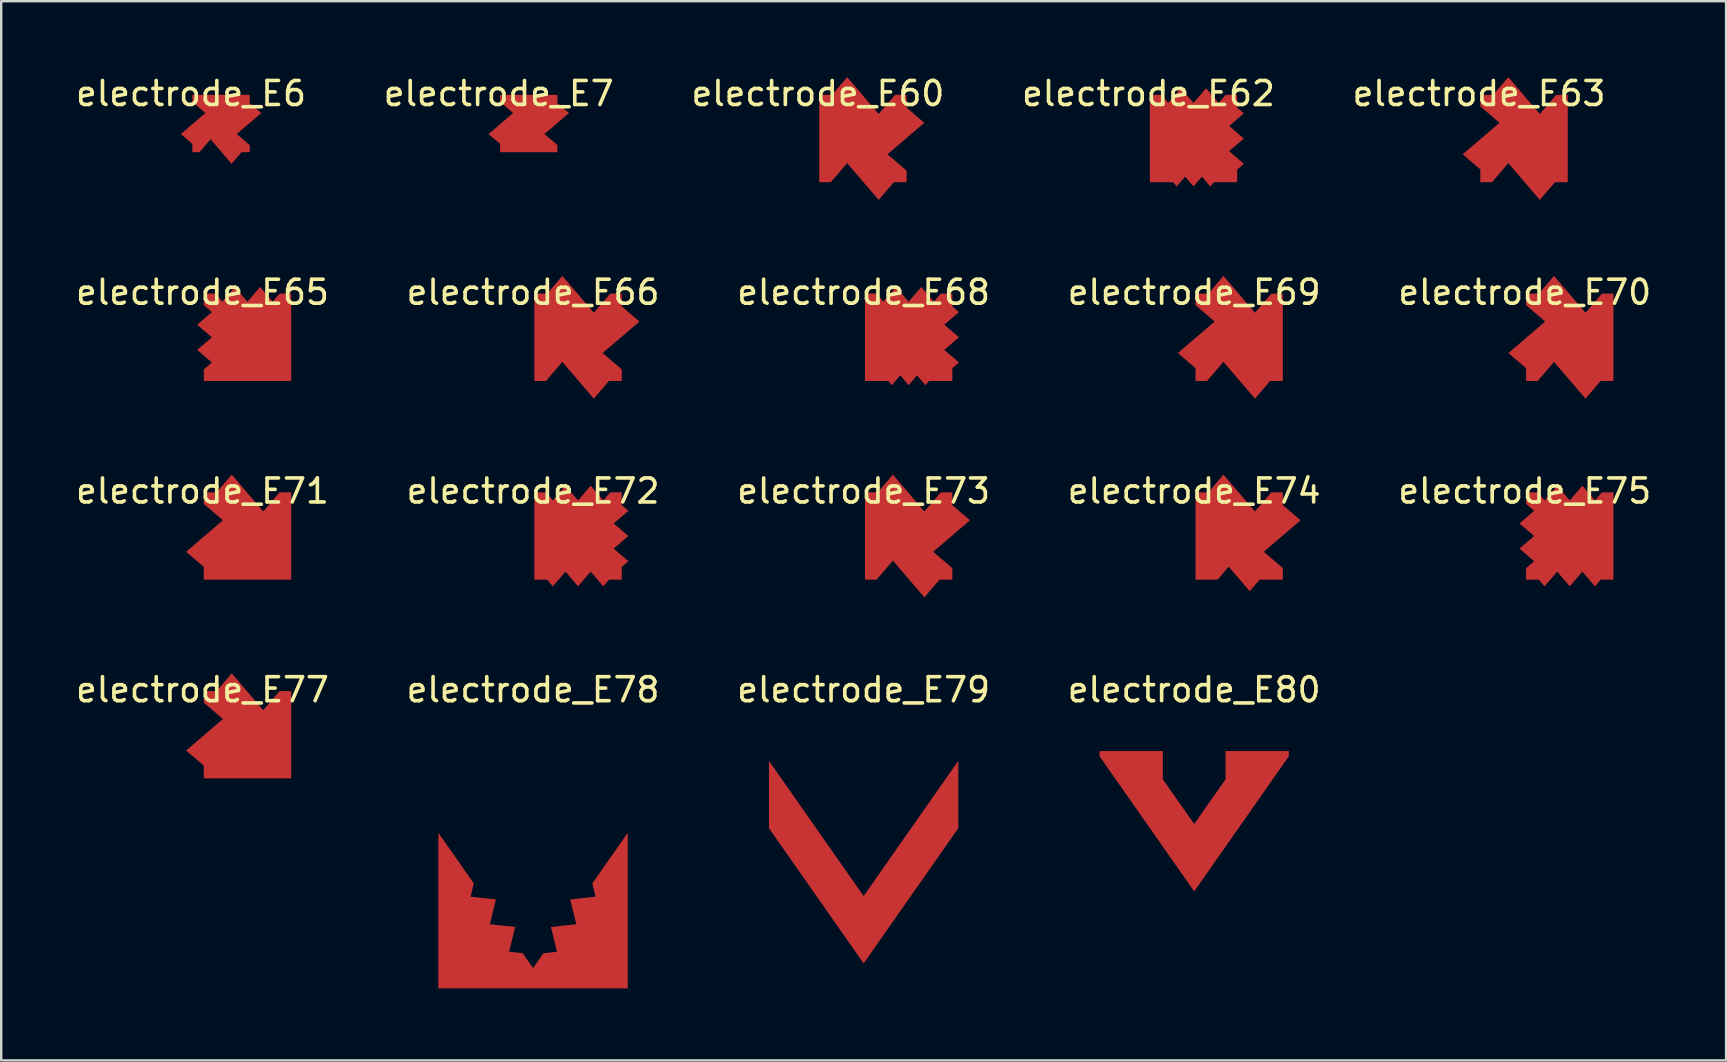
<source format=kicad_pcb>
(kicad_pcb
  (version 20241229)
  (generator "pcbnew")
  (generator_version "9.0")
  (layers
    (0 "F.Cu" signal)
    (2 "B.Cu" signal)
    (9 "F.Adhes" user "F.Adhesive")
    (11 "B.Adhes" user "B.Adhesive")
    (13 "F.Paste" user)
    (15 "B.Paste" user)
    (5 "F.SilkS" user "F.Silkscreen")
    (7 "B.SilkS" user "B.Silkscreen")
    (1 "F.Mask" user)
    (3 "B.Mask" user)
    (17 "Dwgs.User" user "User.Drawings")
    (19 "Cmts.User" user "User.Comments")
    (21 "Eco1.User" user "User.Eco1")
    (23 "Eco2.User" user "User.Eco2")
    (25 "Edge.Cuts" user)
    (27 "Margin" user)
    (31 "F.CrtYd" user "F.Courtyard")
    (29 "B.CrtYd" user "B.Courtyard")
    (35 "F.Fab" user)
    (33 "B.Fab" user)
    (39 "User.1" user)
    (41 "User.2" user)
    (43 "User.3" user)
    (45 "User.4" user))
  (footprint "electrode_E62"
    (layer "F.Cu")
    (at 44.804 0.848)
    (property "Reference" "electrode_E62" (at 0 0 0) (layer "F.SilkS") (effects (font (size 1 1) (thickness 0.15))))
    (attr through_hole)
    (pad "1" smd custom (at 1.875 1.875) (size 0.5 0.5) (layers "F.Cu" "F.Mask" "F.Paste") (options (anchor circle)) (primitives (gr_poly (pts (xy 1.05 -1.484) (xy 1.338 -1.82) (xy 1.82 -1.82) (xy 1.82 -1.287) (xy 2.097 -1.05) (xy 1.484 -0.525) (xy 2.097 0) (xy 1.484 0.525) (xy 2.097 1.05) (xy 1.82 1.287) (xy 1.82 1.82) (xy 0.85 1.82) (xy 0.7 1.995) (xy 0.35 1.586) (xy 0 1.995) (xy -0.35 1.586) (xy -0.7 1.995) (xy -0.85 1.82) (xy -1.82 1.82) (xy -1.82 -1.82) (xy -1.338 -1.82) (xy -1.05 -1.484) (xy -0.525 -2.097) (xy 0 -1.484) (xy 0.525 -2.097)) (width 0.0001) (fill yes)))))
  (footprint "electrode_E71"
    (layer "F.Cu")
    (at 5.387 17.409)
    (property "Reference" "electrode_E71" (at 0 0 0) (layer "F.SilkS") (effects (font (size 1 1) (thickness 0.15))))
    (attr through_hole)
    (pad "1" smd custom (at 1.875 1.875) (size 0.5 0.5) (layers "F.Cu" "F.Mask" "F.Paste") (options (anchor circle)) (primitives (gr_poly (pts (xy 0.656 -1.024) (xy 1.338 -1.82) (xy 1.82 -1.82) (xy 1.82 1.82) (xy -1.82 1.82) (xy -1.82 1.287) (xy -2.557 0.656) (xy -1.024 -0.656) (xy -1.82 -1.338) (xy -1.82 -1.82) (xy -1.287 -1.82) (xy -0.656 -2.557)) (width 0.0001) (fill yes)))))
  (footprint "electrode_E65"
    (layer "F.Cu")
    (at 5.387 9.129)
    (property "Reference" "electrode_E65" (at 0 0 0) (layer "F.SilkS") (effects (font (size 1 1) (thickness 0.15))))
    (attr through_hole)
    (pad "1" smd custom (at 1.875 1.875) (size 0.5 0.5) (layers "F.Cu" "F.Mask" "F.Paste") (options (anchor circle)) (primitives (gr_poly (pts (xy 1.05 -1.484) (xy 1.338 -1.82) (xy 1.82 -1.82) (xy 1.82 1.82) (xy -1.82 1.82) (xy -1.82 1.338) (xy -1.484 1.05) (xy -2.097 0.525) (xy -1.484 0) (xy -2.097 -0.525) (xy -1.484 -1.05) (xy -1.82 -1.338) (xy -1.82 -1.82) (xy -1.338 -1.82) (xy -1.05 -1.484) (xy -0.525 -2.097) (xy 0 -1.484) (xy 0.525 -2.097)) (width 0.0001) (fill yes)))))
  (footprint "electrode_E78"
    (layer "F.Cu")
    (at 19.161 25.689)
    (property "Reference" "electrode_E78" (at 0 0 0) (layer "F.SilkS") (effects (font (size 1 1) (thickness 0.15))))
    (attr through_hole)
    (pad "1" smd custom (at 3.038 9.603) (size 0.5 0.5) (layers "F.Cu" "F.Mask" "F.Paste") (options (anchor circle)) (primitives (gr_poly (pts (xy 0.907 2.842) (xy -6.983 2.842) (xy -6.983 -3.641) (xy -5.507 -1.533) (xy -5.643 -0.98) (xy -4.586 -0.865) (xy -4.84 0.167) (xy -3.783 0.282) (xy -4.037 1.314) (xy -3.471 1.375) (xy -3.038 1.993) (xy -2.606 1.375) (xy -2.04 1.314) (xy -2.294 0.282) (xy -1.237 0.167) (xy -1.491 -0.865) (xy -0.434 -0.98) (xy -0.57 -1.533) (xy 0.907 -3.641)) (width 0.0001) (fill yes)))))
  (footprint "electrode_E74"
    (layer "F.Cu")
    (at 46.708 17.409)
    (property "Reference" "electrode_E74" (at 0 0 0) (layer "F.SilkS") (effects (font (size 1 1) (thickness 0.15))))
    (attr through_hole)
    (pad "1" smd custom (at 1.875 1.875) (size 0.5 0.5) (layers "F.Cu" "F.Mask" "F.Paste") (options (anchor circle)) (primitives (gr_poly (pts (xy 0.656 -1.024) (xy 1.338 -1.82) (xy 1.82 -1.82) (xy 1.82 -1.287) (xy 2.557 -0.656) (xy 1.024 0.656) (xy 1.82 1.338) (xy 1.82 1.82) (xy 0.85 1.82) (xy 0.438 2.302) (xy -0.438 1.279) (xy -0.9 1.82) (xy -1.82 1.82) (xy -1.82 -1.82) (xy -1.287 -1.82) (xy -0.656 -2.557)) (width 0.0001) (fill yes)))))
  (footprint "electrode_E69"
    (layer "F.Cu")
    (at 46.708 9.129)
    (property "Reference" "electrode_E69" (at 0 0 0) (layer "F.SilkS") (effects (font (size 1 1) (thickness 0.15))))
    (attr through_hole)
    (pad "1" smd custom (at 1.875 1.875) (size 0.5 0.5) (layers "F.Cu" "F.Mask" "F.Paste") (options (anchor circle)) (primitives (gr_poly (pts (xy 0.656 -1.024) (xy 1.338 -1.82) (xy 1.82 -1.82) (xy 1.82 1.82) (xy 1.287 1.82) (xy 0.656 2.557) (xy -0.656 1.024) (xy -1.338 1.82) (xy -1.82 1.82) (xy -1.82 1.287) (xy -2.557 0.656) (xy -1.024 -0.656) (xy -1.82 -1.338) (xy -1.82 -1.82) (xy -1.287 -1.82) (xy -0.656 -2.557)) (width 0.0001) (fill yes)))))
  (footprint "electrode_E68"
    (layer "F.Cu")
    (at 32.935 9.129)
    (property "Reference" "electrode_E68" (at 0 0 0) (layer "F.SilkS") (effects (font (size 1 1) (thickness 0.15))))
    (attr through_hole)
    (pad "1" smd custom (at 1.875 1.875) (size 0.5 0.5) (layers "F.Cu" "F.Mask" "F.Paste") (options (anchor circle)) (primitives (gr_poly (pts (xy 1.05 -1.484) (xy 1.338 -1.82) (xy 1.82 -1.82) (xy 1.82 -1.287) (xy 2.097 -1.05) (xy 1.484 -0.525) (xy 2.097 0) (xy 1.484 0.525) (xy 2.097 1.05) (xy 1.82 1.287) (xy 1.82 1.82) (xy 0.85 1.82) (xy 0.7 1.995) (xy 0.35 1.586) (xy 0 1.995) (xy -0.35 1.586) (xy -0.7 1.995) (xy -0.85 1.82) (xy -1.82 1.82) (xy -1.82 -1.82) (xy -1.338 -1.82) (xy -1.05 -1.484) (xy -0.525 -2.097) (xy 0 -1.484) (xy 0.525 -2.097)) (width 0.0001) (fill yes)))))
  (footprint "electrode_E63"
    (layer "F.Cu")
    (at 58.577 0.848)
    (property "Reference" "electrode_E63" (at 0 0 0) (layer "F.SilkS") (effects (font (size 1 1) (thickness 0.15))))
    (attr through_hole)
    (pad "1" smd custom (at 1.875 1.875) (size 0.5 0.5) (layers "F.Cu" "F.Mask" "F.Paste") (options (anchor circle)) (primitives (gr_poly (pts (xy 0.656 -1.024) (xy 1.338 -1.82) (xy 1.82 -1.82) (xy 1.82 1.82) (xy 1.287 1.82) (xy 0.656 2.557) (xy -0.656 1.024) (xy -1.338 1.82) (xy -1.82 1.82) (xy -1.82 1.287) (xy -2.557 0.656) (xy -1.024 -0.656) (xy -1.82 -1.338) (xy -1.82 -1.82) (xy -1.287 -1.82) (xy -0.656 -2.557)) (width 0.0001) (fill yes)))))
  (footprint "electrode_E75"
    (layer "F.Cu")
    (at 60.482 17.409)
    (property "Reference" "electrode_E75" (at 0 0 0) (layer "F.SilkS") (effects (font (size 1 1) (thickness 0.15))))
    (attr through_hole)
    (pad "1" smd custom (at 1.875 1.875) (size 0.5 0.5) (layers "F.Cu" "F.Mask" "F.Paste") (options (anchor circle)) (primitives (gr_poly (pts (xy 1.05 -1.484) (xy 1.338 -1.82) (xy 1.82 -1.82) (xy 1.82 1.82) (xy 1.287 1.82) (xy 1.05 2.097) (xy 0.525 1.484) (xy 0 2.097) (xy -0.525 1.484) (xy -1.05 2.097) (xy -1.287 1.82) (xy -1.82 1.82) (xy -1.82 1.338) (xy -1.484 1.05) (xy -2.097 0.525) (xy -1.484 0) (xy -2.097 -0.525) (xy -1.484 -1.05) (xy -1.82 -1.338) (xy -1.82 -1.82) (xy -1.338 -1.82) (xy -1.05 -1.484) (xy -0.525 -2.097) (xy 0 -1.484) (xy 0.525 -2.097)) (width 0.0001) (fill yes)))))
  (footprint "electrode_E73"
    (layer "F.Cu")
    (at 32.935 17.409)
    (property "Reference" "electrode_E73" (at 0 0 0) (layer "F.SilkS") (effects (font (size 1 1) (thickness 0.15))))
    (attr through_hole)
    (pad "1" smd custom (at 1.875 1.875) (size 0.5 0.5) (layers "F.Cu" "F.Mask" "F.Paste") (options (anchor circle)) (primitives (gr_poly (pts (xy 0.656 -1.024) (xy 1.338 -1.82) (xy 1.82 -1.82) (xy 1.82 -1.287) (xy 2.557 -0.656) (xy 1.024 0.656) (xy 1.82 1.338) (xy 1.82 1.82) (xy 1.287 1.82) (xy 0.656 2.557) (xy -0.656 1.024) (xy -1.338 1.82) (xy -1.82 1.82) (xy -1.82 -1.82) (xy -1.287 -1.82) (xy -0.656 -2.557)) (width 0.0001) (fill yes)))))
  (footprint "electrode_E6"
    (layer "F.Cu")
    (at 4.911 0.848)
    (property "Reference" "electrode_E6" (at 0 0 0) (layer "F.SilkS") (effects (font (size 1 1) (thickness 0.15))))
    (attr through_hole)
    (pad "1" smd custom (at 1.25 1.25) (size 0.5 0.5) (layers "F.Cu" "F.Mask" "F.Paste") (options (anchor circle)) (primitives (gr_poly (pts (xy 1.195 -0.85) (xy 1.677 -0.438) (xy 0.654 0.438) (xy 1.195 0.9) (xy 1.195 1.195) (xy 0.85 1.195) (xy 0.438 1.677) (xy -0.438 0.654) (xy -0.9 1.195) (xy -1.195 1.195) (xy -1.195 0.85) (xy -1.677 0.438) (xy -0.654 -0.438) (xy -1.195 -0.9) (xy -1.195 -1.195) (xy 1.195 -1.195)) (width 0.0001) (fill yes)))))
  (footprint "electrode_E66"
    (layer "F.Cu")
    (at 19.161 9.129)
    (property "Reference" "electrode_E66" (at 0 0 0) (layer "F.SilkS") (effects (font (size 1 1) (thickness 0.15))))
    (attr through_hole)
    (pad "1" smd custom (at 1.875 1.875) (size 0.5 0.5) (layers "F.Cu" "F.Mask" "F.Paste") (options (anchor circle)) (primitives (gr_poly (pts (xy 0.656 -1.024) (xy 1.338 -1.82) (xy 1.82 -1.82) (xy 1.82 -1.287) (xy 2.557 -0.656) (xy 1.024 0.656) (xy 1.82 1.338) (xy 1.82 1.82) (xy 1.287 1.82) (xy 0.656 2.557) (xy -0.656 1.024) (xy -1.338 1.82) (xy -1.82 1.82) (xy -1.82 -1.82) (xy -1.287 -1.82) (xy -0.656 -2.557)) (width 0.0001) (fill yes)))))
  (footprint "electrode_E79"
    (layer "F.Cu")
    (at 32.935 25.689)
    (property "Reference" "electrode_E79" (at 0 0 0) (layer "F.SilkS") (effects (font (size 1 1) (thickness 0.15))))
    (attr through_hole)
    (pad "1" smd custom (at -0.073 9.823) (size 0.5 0.5) (layers "F.Cu" "F.Mask" "F.Paste") (options (anchor circle)) (primitives (gr_poly (pts (xy 4.018 -4.053) (xy 0.073 1.581) (xy -3.872 -4.053) (xy -3.872 -6.861) (xy 0.073 -1.227) (xy 4.018 -6.861)) (width 0.0001) (fill yes)))))
  (footprint "electrode_E77"
    (layer "F.Cu")
    (at 5.387 25.689)
    (property "Reference" "electrode_E77" (at 0 0 0) (layer "F.SilkS") (effects (font (size 1 1) (thickness 0.15))))
    (attr through_hole)
    (pad "1" smd custom (at 1.875 1.875) (size 0.5 0.5) (layers "F.Cu" "F.Mask" "F.Paste") (options (anchor circle)) (primitives (gr_poly (pts (xy 0.656 -1.024) (xy 1.338 -1.82) (xy 1.82 -1.82) (xy 1.82 1.82) (xy -1.82 1.82) (xy -1.82 1.287) (xy -2.557 0.656) (xy -1.024 -0.656) (xy -1.82 -1.338) (xy -1.82 -1.82) (xy -1.287 -1.82) (xy -0.656 -2.557)) (width 0.0001) (fill yes)))))
  (footprint "electrode_E72"
    (layer "F.Cu")
    (at 19.161 17.409)
    (property "Reference" "electrode_E72" (at 0 0 0) (layer "F.SilkS") (effects (font (size 1 1) (thickness 0.15))))
    (attr through_hole)
    (pad "1" smd custom (at 1.875 1.875) (size 0.5 0.5) (layers "F.Cu" "F.Mask" "F.Paste") (options (anchor circle)) (primitives (gr_poly (pts (xy 1.05 -1.484) (xy 1.338 -1.82) (xy 1.82 -1.82) (xy 1.82 -1.287) (xy 2.097 -1.05) (xy 1.484 -0.525) (xy 2.097 0) (xy 1.484 0.525) (xy 2.097 1.05) (xy 1.82 1.287) (xy 1.82 1.82) (xy 1.287 1.82) (xy 1.05 2.097) (xy 0.525 1.484) (xy 0 2.097) (xy -0.525 1.484) (xy -1.05 2.097) (xy -1.287 1.82) (xy -1.82 1.82) (xy -1.82 -1.82) (xy -1.338 -1.82) (xy -1.05 -1.484) (xy -0.525 -2.097) (xy 0 -1.484) (xy 0.525 -2.097)) (width 0.0001) (fill yes)))))
  (footprint "electrode_E60"
    (layer "F.Cu")
    (at 31.03 0.848)
    (property "Reference" "electrode_E60" (at 0 0 0) (layer "F.SilkS") (effects (font (size 1 1) (thickness 0.15))))
    (attr through_hole)
    (pad "1" smd custom (at 1.875 1.875) (size 0.5 0.5) (layers "F.Cu" "F.Mask" "F.Paste") (options (anchor circle)) (primitives (gr_poly (pts (xy 0.656 -1.024) (xy 1.338 -1.82) (xy 1.82 -1.82) (xy 1.82 -1.287) (xy 2.557 -0.656) (xy 1.024 0.656) (xy 1.82 1.338) (xy 1.82 1.82) (xy 1.287 1.82) (xy 0.656 2.557) (xy -0.656 1.024) (xy -1.338 1.82) (xy -1.82 1.82) (xy -1.82 -1.82) (xy -1.287 -1.82) (xy -0.656 -2.557)) (width 0.0001) (fill yes)))))
  (footprint "electrode_E70"
    (layer "F.Cu")
    (at 60.482 9.129)
    (property "Reference" "electrode_E70" (at 0 0 0) (layer "F.SilkS") (effects (font (size 1 1) (thickness 0.15))))
    (attr through_hole)
    (pad "1" smd custom (at 1.875 1.875) (size 0.5 0.5) (layers "F.Cu" "F.Mask" "F.Paste") (options (anchor circle)) (primitives (gr_poly (pts (xy 0.656 -1.024) (xy 1.338 -1.82) (xy 1.82 -1.82) (xy 1.82 1.82) (xy 1.287 1.82) (xy 0.656 2.557) (xy -0.656 1.024) (xy -1.338 1.82) (xy -1.82 1.82) (xy -1.82 1.287) (xy -2.557 0.656) (xy -1.024 -0.656) (xy -1.82 -1.338) (xy -1.82 -1.82) (xy -1.287 -1.82) (xy -0.656 -2.557)) (width 0.0001) (fill yes)))))
  (footprint "electrode_E80"
    (layer "F.Cu")
    (at 46.708 25.689)
    (property "Reference" "electrode_E80" (at 0 0 0) (layer "F.SilkS") (effects (font (size 1 1) (thickness 0.15))))
    (attr through_hole)
    (pad "1" smd custom (at 0.037 6.748) (size 0.5 0.5) (layers "F.Cu" "F.Mask" "F.Paste") (options (anchor circle)) (primitives (gr_poly (pts (xy -1.342 -3.016) (xy -0.037 -1.152) (xy 1.268 -3.016) (xy 1.268 -4.193) (xy 3.908 -4.193) (xy 3.908 -3.978) (xy -0.037 1.656) (xy -3.982 -3.978) (xy -3.982 -4.193) (xy -1.342 -4.193)) (width 0.0001) (fill yes)))))
  (footprint "electrode_E7"
    (layer "F.Cu")
    (at 17.732 0.848)
    (property "Reference" "electrode_E7" (at 0 0 0) (layer "F.SilkS") (effects (font (size 1 1) (thickness 0.15))))
    (attr through_hole)
    (pad "1" smd custom (at 1.25 1.25) (size 0.5 0.5) (layers "F.Cu" "F.Mask" "F.Paste") (options (anchor circle)) (primitives (gr_poly (pts (xy 1.195 -0.85) (xy 1.677 -0.438) (xy 0.654 0.438) (xy 1.195 0.9) (xy 1.195 1.195) (xy -1.195 1.195) (xy -1.195 0.85) (xy -1.677 0.438) (xy -0.654 -0.438) (xy -1.195 -0.9) (xy -1.195 -1.195) (xy 1.195 -1.195)) (width 0.0001) (fill yes)))))
  (gr_rect
    (start -3 -3)
    (end 68.869 41.134)
    (stroke (width 0.1) (type default))
    (fill no)
    (layer "Edge.Cuts")))
</source>
